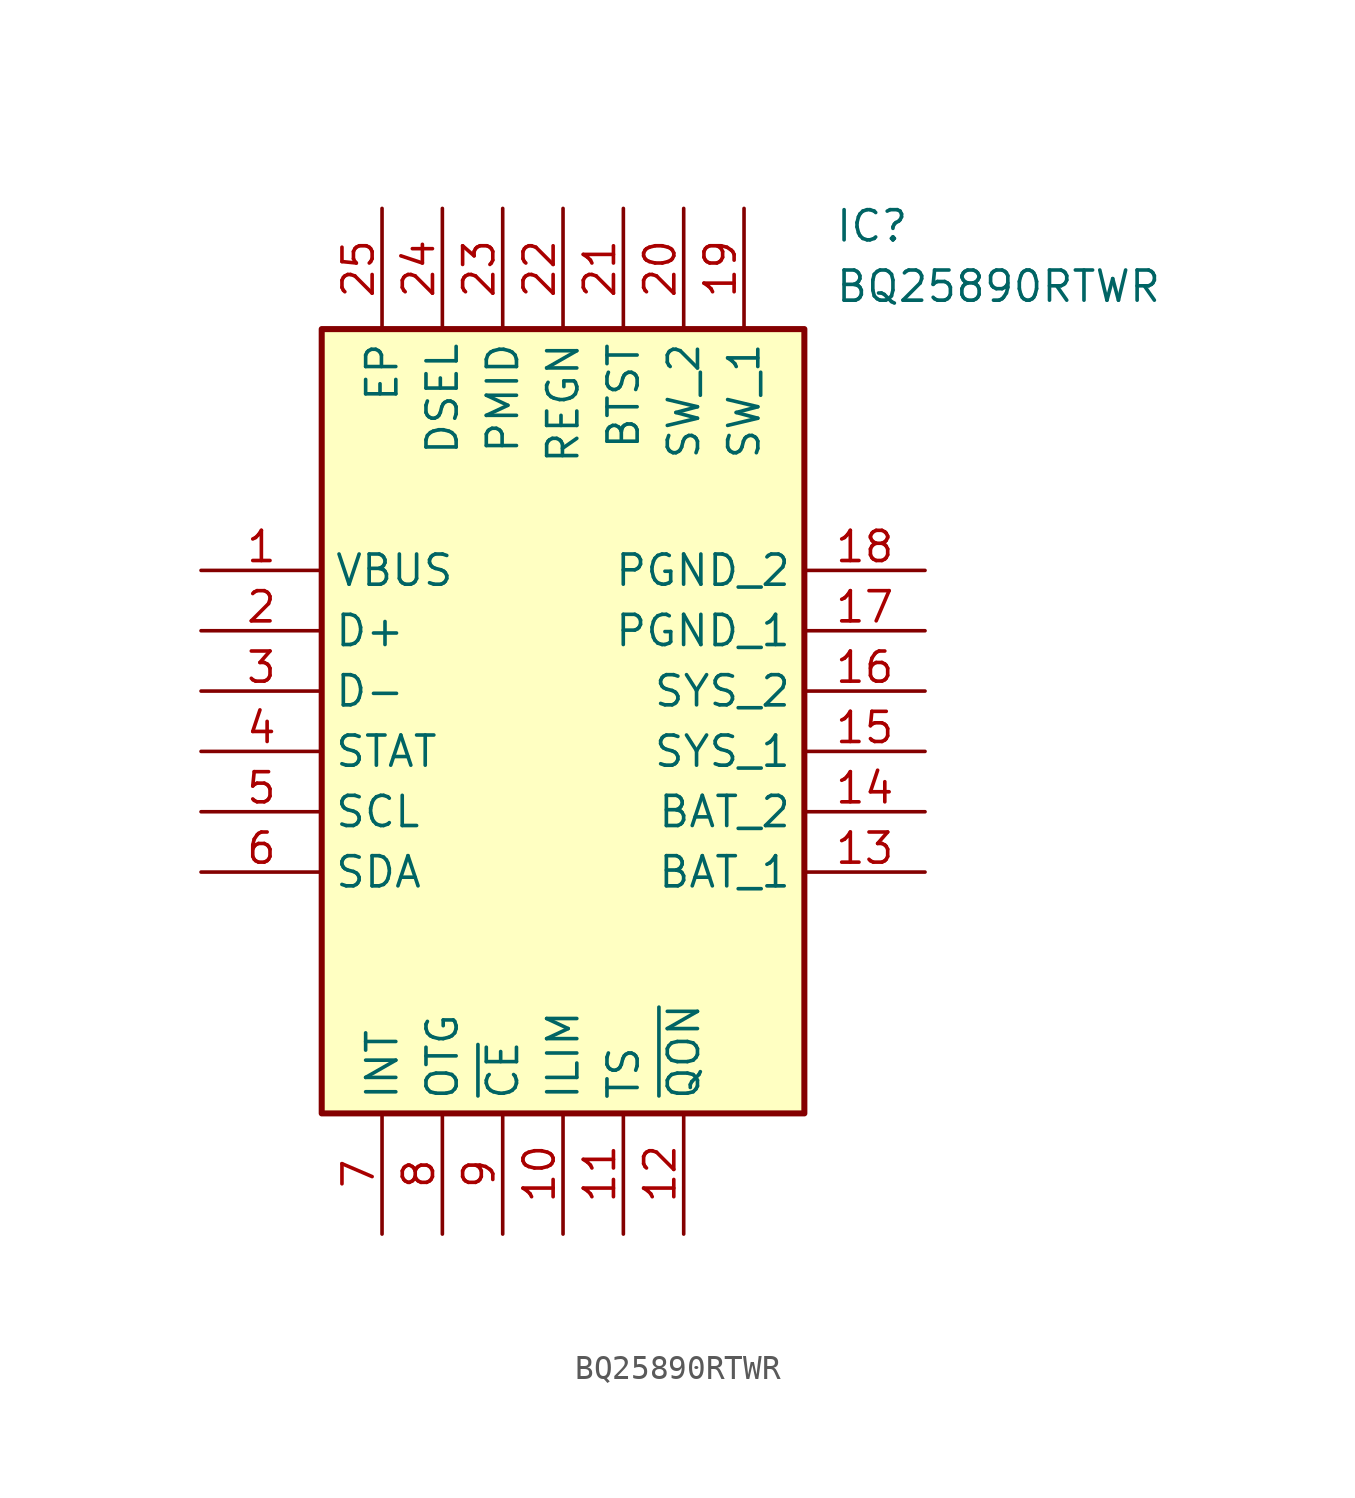
<source format=kicad_sym>
(kicad_symbol_lib
  (version 20211014)
  (generator SamacSys_ECAD_Model)
  (symbol "BQ25890RTWR"
    (property "Reference" "IC"
      (at 26.67 15.24 0)
      (effects (font (size 1.27 1.27)) (justify left top)))
    (property "Value" "BQ25890RTWR"
      (at 26.67 12.7 0)
      (effects (font (size 1.27 1.27)) (justify left top)))
    (rectangle
      (start 5.08 10.16)
      (end 25.4 -22.86)
      (stroke (width 0.254) (type default))
      (fill (type background)))
    (pin passive line
      (at 0 0 0)
      (length 5.08)
      (name "VBUS" (effects (font (size 1.27 1.27))))
      (number "1" (effects (font (size 1.27 1.27)))))
    (pin passive line
      (at 0 -2.54 0)
      (length 5.08)
      (name "D+" (effects (font (size 1.27 1.27))))
      (number "2" (effects (font (size 1.27 1.27)))))
    (pin passive line
      (at 0 -5.08 0)
      (length 5.08)
      (name "D-" (effects (font (size 1.27 1.27))))
      (number "3" (effects (font (size 1.27 1.27)))))
    (pin passive line
      (at 0 -7.62 0)
      (length 5.08)
      (name "STAT" (effects (font (size 1.27 1.27))))
      (number "4" (effects (font (size 1.27 1.27)))))
    (pin passive line
      (at 0 -10.16 0)
      (length 5.08)
      (name "SCL" (effects (font (size 1.27 1.27))))
      (number "5" (effects (font (size 1.27 1.27)))))
    (pin passive line
      (at 0 -12.7 0)
      (length 5.08)
      (name "SDA" (effects (font (size 1.27 1.27))))
      (number "6" (effects (font (size 1.27 1.27)))))
    (pin passive line
      (at 7.62 -27.94 90)
      (length 5.08)
      (name "INT" (effects (font (size 1.27 1.27))))
      (number "7" (effects (font (size 1.27 1.27)))))
    (pin passive line
      (at 10.16 -27.94 90)
      (length 5.08)
      (name "OTG" (effects (font (size 1.27 1.27))))
      (number "8" (effects (font (size 1.27 1.27)))))
    (pin passive line
      (at 12.7 -27.94 90)
      (length 5.08)
      (name "~{CE}" (effects (font (size 1.27 1.27))))
      (number "9" (effects (font (size 1.27 1.27)))))
    (pin passive line
      (at 15.24 -27.94 90)
      (length 5.08)
      (name "ILIM" (effects (font (size 1.27 1.27))))
      (number "10" (effects (font (size 1.27 1.27)))))
    (pin passive line
      (at 17.78 -27.94 90)
      (length 5.08)
      (name "TS" (effects (font (size 1.27 1.27))))
      (number "11" (effects (font (size 1.27 1.27)))))
    (pin passive line
      (at 20.32 -27.94 90)
      (length 5.08)
      (name "~{QON}" (effects (font (size 1.27 1.27))))
      (number "12" (effects (font (size 1.27 1.27)))))
    (pin passive line
      (at 30.48 0 180)
      (length 5.08)
      (name "PGND_2" (effects (font (size 1.27 1.27))))
      (number "18" (effects (font (size 1.27 1.27)))))
    (pin passive line
      (at 30.48 -2.54 180)
      (length 5.08)
      (name "PGND_1" (effects (font (size 1.27 1.27))))
      (number "17" (effects (font (size 1.27 1.27)))))
    (pin passive line
      (at 30.48 -5.08 180)
      (length 5.08)
      (name "SYS_2" (effects (font (size 1.27 1.27))))
      (number "16" (effects (font (size 1.27 1.27)))))
    (pin passive line
      (at 30.48 -7.62 180)
      (length 5.08)
      (name "SYS_1" (effects (font (size 1.27 1.27))))
      (number "15" (effects (font (size 1.27 1.27)))))
    (pin passive line
      (at 30.48 -10.16 180)
      (length 5.08)
      (name "BAT_2" (effects (font (size 1.27 1.27))))
      (number "14" (effects (font (size 1.27 1.27)))))
    (pin passive line
      (at 30.48 -12.7 180)
      (length 5.08)
      (name "BAT_1" (effects (font (size 1.27 1.27))))
      (number "13" (effects (font (size 1.27 1.27)))))
    (pin passive line
      (at 7.62 15.24 270)
      (length 5.08)
      (name "EP" (effects (font (size 1.27 1.27))))
      (number "25" (effects (font (size 1.27 1.27)))))
    (pin passive line
      (at 10.16 15.24 270)
      (length 5.08)
      (name "DSEL" (effects (font (size 1.27 1.27))))
      (number "24" (effects (font (size 1.27 1.27)))))
    (pin passive line
      (at 12.7 15.24 270)
      (length 5.08)
      (name "PMID" (effects (font (size 1.27 1.27))))
      (number "23" (effects (font (size 1.27 1.27)))))
    (pin passive line
      (at 15.24 15.24 270)
      (length 5.08)
      (name "REGN" (effects (font (size 1.27 1.27))))
      (number "22" (effects (font (size 1.27 1.27)))))
    (pin passive line
      (at 17.78 15.24 270)
      (length 5.08)
      (name "BTST" (effects (font (size 1.27 1.27))))
      (number "21" (effects (font (size 1.27 1.27)))))
    (pin passive line
      (at 20.32 15.24 270)
      (length 5.08)
      (name "SW_2" (effects (font (size 1.27 1.27))))
      (number "20" (effects (font (size 1.27 1.27)))))
    (pin passive line
      (at 22.86 15.24 270)
      (length 5.08)
      (name "SW_1" (effects (font (size 1.27 1.27))))
      (number "19" (effects (font (size 1.27 1.27)))))))
</source>
